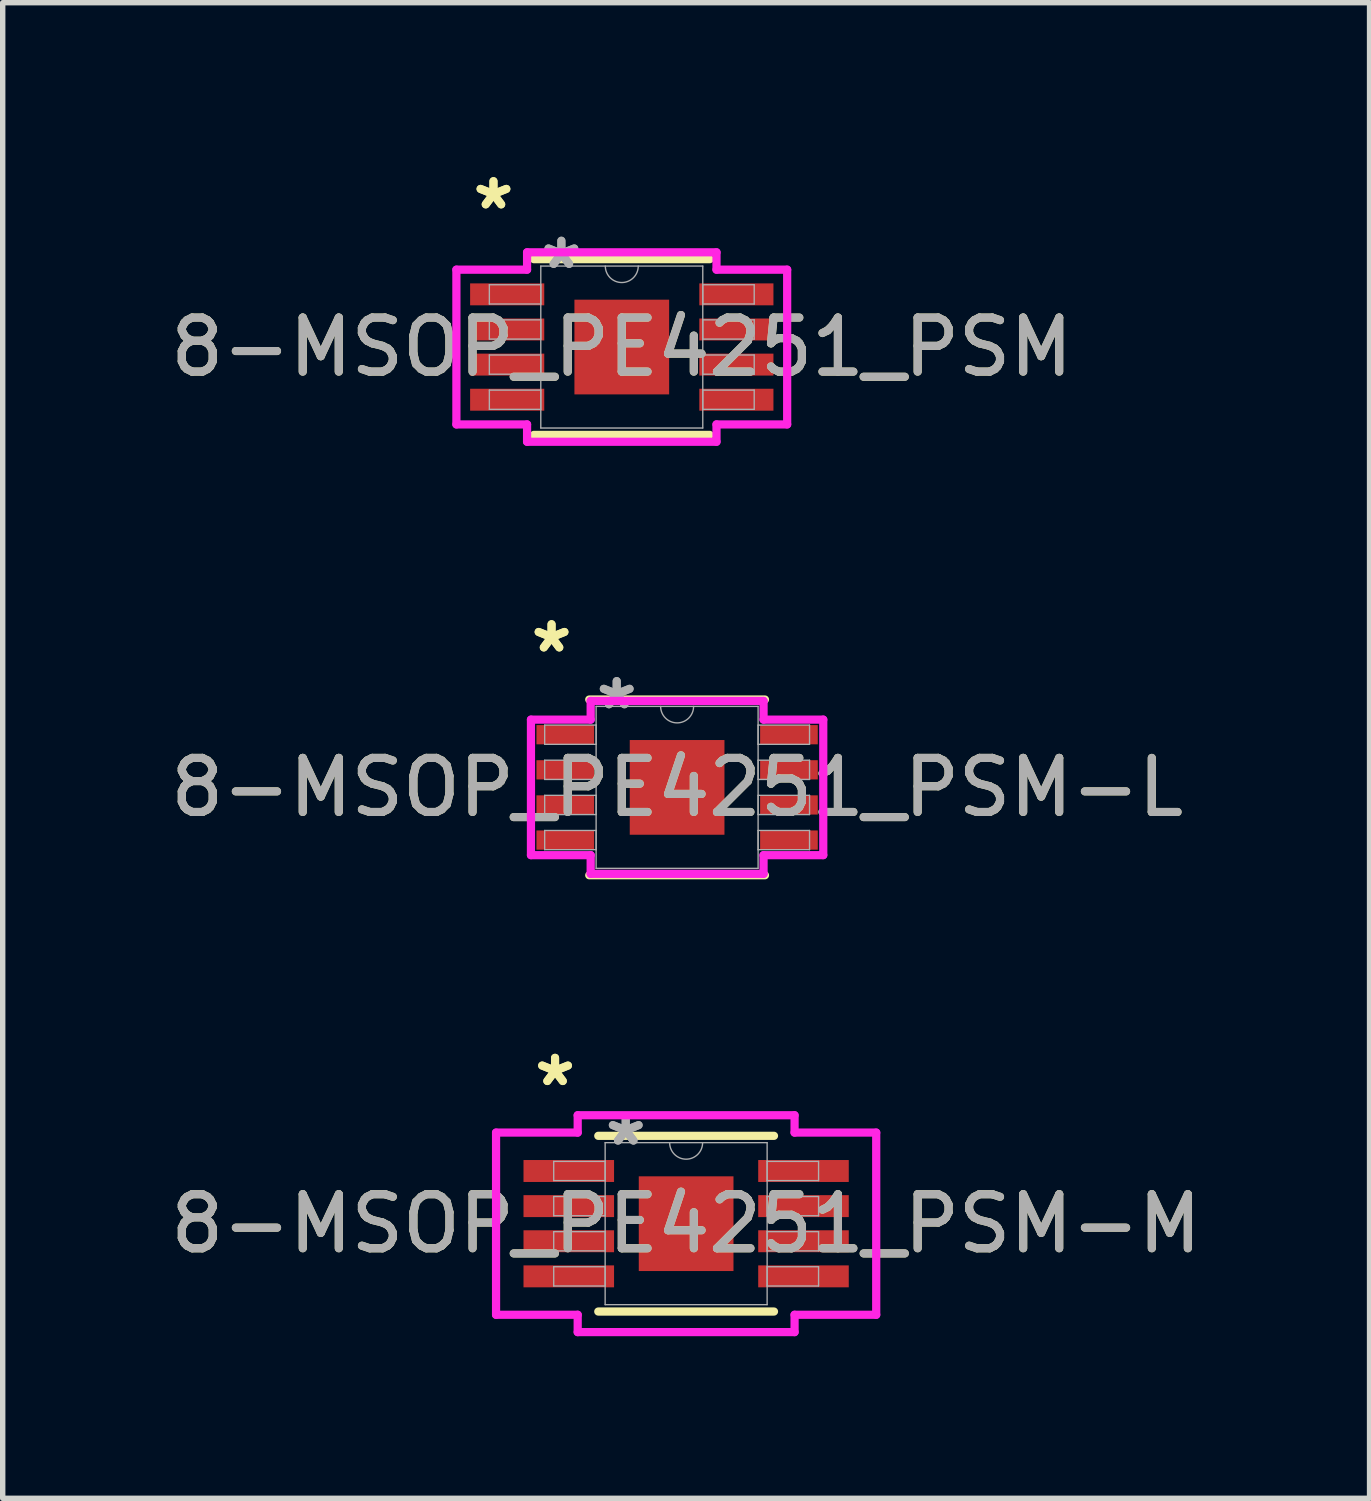
<source format=kicad_pcb>
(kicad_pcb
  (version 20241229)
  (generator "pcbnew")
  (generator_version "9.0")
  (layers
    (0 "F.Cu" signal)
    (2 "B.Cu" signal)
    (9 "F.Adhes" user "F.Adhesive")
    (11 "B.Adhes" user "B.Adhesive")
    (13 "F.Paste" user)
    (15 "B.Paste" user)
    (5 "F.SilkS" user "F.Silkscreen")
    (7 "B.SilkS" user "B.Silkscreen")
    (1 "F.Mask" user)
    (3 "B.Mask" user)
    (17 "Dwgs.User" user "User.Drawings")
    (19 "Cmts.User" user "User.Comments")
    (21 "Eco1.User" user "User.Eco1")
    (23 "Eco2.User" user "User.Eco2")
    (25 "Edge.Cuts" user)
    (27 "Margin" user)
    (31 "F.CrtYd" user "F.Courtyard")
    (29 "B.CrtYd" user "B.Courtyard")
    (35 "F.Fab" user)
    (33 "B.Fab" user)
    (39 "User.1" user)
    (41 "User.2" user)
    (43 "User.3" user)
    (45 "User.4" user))
  (footprint "8-MSOP_PE4251_PSM-L"
    (layer "F.Cu")
    (at 9.482 11.523)
    (property "Reference" "8-MSOP_PE4251_PSM-L" (at 0 0 0) (unlocked yes) (layer "F.SilkS") (effects (font (size 1 1) (thickness 0.15))))
    (attr smd)
    (fp_line (start -1.626 1.626) (end 1.626 1.626) (stroke (width 0.152) (type solid)) (layer "F.SilkS"))
    (fp_line (start 1.626 -1.626) (end -1.626 -1.626) (stroke (width 0.152) (type solid)) (layer "F.SilkS"))
    (fp_line (start -2.705 -1.254) (end -1.6 -1.254) (stroke (width 0.152) (type solid)) (layer "F.CrtYd"))
    (fp_line (start -2.705 1.254) (end -2.705 -1.254) (stroke (width 0.152) (type solid)) (layer "F.CrtYd"))
    (fp_line (start -2.705 1.254) (end -1.6 1.254) (stroke (width 0.152) (type solid)) (layer "F.CrtYd"))
    (fp_line (start -1.6 -1.6) (end 1.6 -1.6) (stroke (width 0.152) (type solid)) (layer "F.CrtYd"))
    (fp_line (start -1.6 -1.254) (end -1.6 -1.6) (stroke (width 0.152) (type solid)) (layer "F.CrtYd"))
    (fp_line (start -1.6 1.6) (end -1.6 1.254) (stroke (width 0.152) (type solid)) (layer "F.CrtYd"))
    (fp_line (start 1.6 -1.6) (end 1.6 -1.254) (stroke (width 0.152) (type solid)) (layer "F.CrtYd"))
    (fp_line (start 1.6 1.254) (end 1.6 1.6) (stroke (width 0.152) (type solid)) (layer "F.CrtYd"))
    (fp_line (start 1.6 1.6) (end -1.6 1.6) (stroke (width 0.152) (type solid)) (layer "F.CrtYd"))
    (fp_line (start 2.705 -1.254) (end 1.6 -1.254) (stroke (width 0.152) (type solid)) (layer "F.CrtYd"))
    (fp_line (start 2.705 -1.254) (end 2.705 1.254) (stroke (width 0.152) (type solid)) (layer "F.CrtYd"))
    (fp_line (start 2.705 1.254) (end 1.6 1.254) (stroke (width 0.152) (type solid)) (layer "F.CrtYd"))
    (fp_line (start -2.451 -1.153) (end -2.451 -0.797) (stroke (width 0.025) (type solid)) (layer "F.Fab"))
    (fp_line (start -2.451 -0.797) (end -1.499 -0.797) (stroke (width 0.025) (type solid)) (layer "F.Fab"))
    (fp_line (start -2.451 -0.503) (end -2.451 -0.147) (stroke (width 0.025) (type solid)) (layer "F.Fab"))
    (fp_line (start -2.451 -0.147) (end -1.499 -0.147) (stroke (width 0.025) (type solid)) (layer "F.Fab"))
    (fp_line (start -2.451 0.147) (end -2.451 0.503) (stroke (width 0.025) (type solid)) (layer "F.Fab"))
    (fp_line (start -2.451 0.503) (end -1.499 0.503) (stroke (width 0.025) (type solid)) (layer "F.Fab"))
    (fp_line (start -2.451 0.797) (end -2.451 1.153) (stroke (width 0.025) (type solid)) (layer "F.Fab"))
    (fp_line (start -2.451 1.153) (end -1.499 1.153) (stroke (width 0.025) (type solid)) (layer "F.Fab"))
    (fp_line (start -1.499 -1.499) (end -1.499 1.499) (stroke (width 0.025) (type solid)) (layer "F.Fab"))
    (fp_line (start -1.499 -1.153) (end -2.451 -1.153) (stroke (width 0.025) (type solid)) (layer "F.Fab"))
    (fp_line (start -1.499 -0.797) (end -1.499 -1.153) (stroke (width 0.025) (type solid)) (layer "F.Fab"))
    (fp_line (start -1.499 -0.503) (end -2.451 -0.503) (stroke (width 0.025) (type solid)) (layer "F.Fab"))
    (fp_line (start -1.499 -0.147) (end -1.499 -0.503) (stroke (width 0.025) (type solid)) (layer "F.Fab"))
    (fp_line (start -1.499 0.147) (end -2.451 0.147) (stroke (width 0.025) (type solid)) (layer "F.Fab"))
    (fp_line (start -1.499 0.503) (end -1.499 0.147) (stroke (width 0.025) (type solid)) (layer "F.Fab"))
    (fp_line (start -1.499 0.797) (end -2.451 0.797) (stroke (width 0.025) (type solid)) (layer "F.Fab"))
    (fp_line (start -1.499 1.153) (end -1.499 0.797) (stroke (width 0.025) (type solid)) (layer "F.Fab"))
    (fp_line (start -1.499 1.499) (end 1.499 1.499) (stroke (width 0.025) (type solid)) (layer "F.Fab"))
    (fp_line (start 1.499 -1.499) (end -1.499 -1.499) (stroke (width 0.025) (type solid)) (layer "F.Fab"))
    (fp_line (start 1.499 -1.153) (end 1.499 -0.797) (stroke (width 0.025) (type solid)) (layer "F.Fab"))
    (fp_line (start 1.499 -0.797) (end 2.451 -0.797) (stroke (width 0.025) (type solid)) (layer "F.Fab"))
    (fp_line (start 1.499 -0.503) (end 1.499 -0.147) (stroke (width 0.025) (type solid)) (layer "F.Fab"))
    (fp_line (start 1.499 -0.147) (end 2.451 -0.147) (stroke (width 0.025) (type solid)) (layer "F.Fab"))
    (fp_line (start 1.499 0.147) (end 1.499 0.503) (stroke (width 0.025) (type solid)) (layer "F.Fab"))
    (fp_line (start 1.499 0.503) (end 2.451 0.503) (stroke (width 0.025) (type solid)) (layer "F.Fab"))
    (fp_line (start 1.499 0.797) (end 1.499 1.153) (stroke (width 0.025) (type solid)) (layer "F.Fab"))
    (fp_line (start 1.499 1.153) (end 2.451 1.153) (stroke (width 0.025) (type solid)) (layer "F.Fab"))
    (fp_line (start 1.499 1.499) (end 1.499 -1.499) (stroke (width 0.025) (type solid)) (layer "F.Fab"))
    (fp_line (start 2.451 -1.153) (end 1.499 -1.153) (stroke (width 0.025) (type solid)) (layer "F.Fab"))
    (fp_line (start 2.451 -0.797) (end 2.451 -1.153) (stroke (width 0.025) (type solid)) (layer "F.Fab"))
    (fp_line (start 2.451 -0.503) (end 1.499 -0.503) (stroke (width 0.025) (type solid)) (layer "F.Fab"))
    (fp_line (start 2.451 -0.147) (end 2.451 -0.503) (stroke (width 0.025) (type solid)) (layer "F.Fab"))
    (fp_line (start 2.451 0.147) (end 1.499 0.147) (stroke (width 0.025) (type solid)) (layer "F.Fab"))
    (fp_line (start 2.451 0.503) (end 2.451 0.147) (stroke (width 0.025) (type solid)) (layer "F.Fab"))
    (fp_line (start 2.451 0.797) (end 1.499 0.797) (stroke (width 0.025) (type solid)) (layer "F.Fab"))
    (fp_line (start 2.451 1.153) (end 2.451 0.797) (stroke (width 0.025) (type solid)) (layer "F.Fab"))
    (fp_arc (start 0.3048 -1.4986) (mid 0 -1.1938) (end -0.3048 -1.4986) (stroke (width 0.0254) (type solid)) (layer "F.Fab"))
    (fp_text user "*" (at -2.324 -2.474 0) (unlocked yes) (layer "F.SilkS") (effects (font (size 1 1) (thickness 0.15))))
    (fp_text user "*" (at -2.324 -2.474 0) (layer "F.SilkS") (effects (font (size 1 1) (thickness 0.15))))
    (fp_text user "*" (at -1.118 -1.422 0) (layer "F.Fab") (effects (font (size 1 1) (thickness 0.15))))
    (fp_text user "${REFERENCE}" (at 0 0 0) (unlocked yes) (layer "F.Fab") (effects (font (size 1 1) (thickness 0.15))))
    (fp_text user "*" (at -1.118 -1.422 0) (unlocked yes) (layer "F.Fab") (effects (font (size 1 1) (thickness 0.15))))
    (pad "1" smd rect (at -2.07 -0.975) (size 1.067 0.356) (layers "F.Cu" "F.Mask" "F.Paste"))
    (pad "2" smd rect (at -2.07 -0.325) (size 1.067 0.356) (layers "F.Cu" "F.Mask" "F.Paste"))
    (pad "3" smd rect (at -2.07 0.325) (size 1.067 0.356) (layers "F.Cu" "F.Mask" "F.Paste"))
    (pad "4" smd rect (at -2.07 0.975) (size 1.067 0.356) (layers "F.Cu" "F.Mask" "F.Paste"))
    (pad "5" smd rect (at 2.07 0.975) (size 1.067 0.356) (layers "F.Cu" "F.Mask" "F.Paste"))
    (pad "6" smd rect (at 2.07 0.325) (size 1.067 0.356) (layers "F.Cu" "F.Mask" "F.Paste"))
    (pad "7" smd rect (at 2.07 -0.325) (size 1.067 0.356) (layers "F.Cu" "F.Mask" "F.Paste"))
    (pad "8" smd rect (at 2.07 -0.975) (size 1.067 0.356) (layers "F.Cu" "F.Mask" "F.Paste"))
    (pad "9" smd rect (at 0 0) (size 1.753 1.753) (layers "F.Cu" "F.Mask" "F.Paste")))
  (footprint "8-MSOP_PE4251_PSM"
    (layer "F.Cu")
    (at 8.458 3.373)
    (property "Reference" "8-MSOP_PE4251_PSM" (at 0 0 0) (unlocked yes) (layer "F.SilkS") (effects (font (size 1 1) (thickness 0.15))))
    (attr smd)
    (fp_line (start -1.626 1.626) (end 1.626 1.626) (stroke (width 0.152) (type solid)) (layer "F.SilkS"))
    (fp_line (start 1.626 -1.626) (end -1.626 -1.626) (stroke (width 0.152) (type solid)) (layer "F.SilkS"))
    (fp_line (start -3.061 -1.432) (end -1.753 -1.432) (stroke (width 0.152) (type solid)) (layer "F.CrtYd"))
    (fp_line (start -3.061 1.432) (end -3.061 -1.432) (stroke (width 0.152) (type solid)) (layer "F.CrtYd"))
    (fp_line (start -3.061 1.432) (end -1.753 1.432) (stroke (width 0.152) (type solid)) (layer "F.CrtYd"))
    (fp_line (start -1.753 -1.753) (end 1.753 -1.753) (stroke (width 0.152) (type solid)) (layer "F.CrtYd"))
    (fp_line (start -1.753 -1.432) (end -1.753 -1.753) (stroke (width 0.152) (type solid)) (layer "F.CrtYd"))
    (fp_line (start -1.753 1.753) (end -1.753 1.432) (stroke (width 0.152) (type solid)) (layer "F.CrtYd"))
    (fp_line (start 1.753 -1.753) (end 1.753 -1.432) (stroke (width 0.152) (type solid)) (layer "F.CrtYd"))
    (fp_line (start 1.753 1.432) (end 1.753 1.753) (stroke (width 0.152) (type solid)) (layer "F.CrtYd"))
    (fp_line (start 1.753 1.753) (end -1.753 1.753) (stroke (width 0.152) (type solid)) (layer "F.CrtYd"))
    (fp_line (start 3.061 -1.432) (end 1.753 -1.432) (stroke (width 0.152) (type solid)) (layer "F.CrtYd"))
    (fp_line (start 3.061 -1.432) (end 3.061 1.432) (stroke (width 0.152) (type solid)) (layer "F.CrtYd"))
    (fp_line (start 3.061 1.432) (end 1.753 1.432) (stroke (width 0.152) (type solid)) (layer "F.CrtYd"))
    (fp_line (start -2.451 -1.153) (end -2.451 -0.797) (stroke (width 0.025) (type solid)) (layer "F.Fab"))
    (fp_line (start -2.451 -0.797) (end -1.499 -0.797) (stroke (width 0.025) (type solid)) (layer "F.Fab"))
    (fp_line (start -2.451 -0.503) (end -2.451 -0.147) (stroke (width 0.025) (type solid)) (layer "F.Fab"))
    (fp_line (start -2.451 -0.147) (end -1.499 -0.147) (stroke (width 0.025) (type solid)) (layer "F.Fab"))
    (fp_line (start -2.451 0.147) (end -2.451 0.503) (stroke (width 0.025) (type solid)) (layer "F.Fab"))
    (fp_line (start -2.451 0.503) (end -1.499 0.503) (stroke (width 0.025) (type solid)) (layer "F.Fab"))
    (fp_line (start -2.451 0.797) (end -2.451 1.153) (stroke (width 0.025) (type solid)) (layer "F.Fab"))
    (fp_line (start -2.451 1.153) (end -1.499 1.153) (stroke (width 0.025) (type solid)) (layer "F.Fab"))
    (fp_line (start -1.499 -1.499) (end -1.499 1.499) (stroke (width 0.025) (type solid)) (layer "F.Fab"))
    (fp_line (start -1.499 -1.153) (end -2.451 -1.153) (stroke (width 0.025) (type solid)) (layer "F.Fab"))
    (fp_line (start -1.499 -0.797) (end -1.499 -1.153) (stroke (width 0.025) (type solid)) (layer "F.Fab"))
    (fp_line (start -1.499 -0.503) (end -2.451 -0.503) (stroke (width 0.025) (type solid)) (layer "F.Fab"))
    (fp_line (start -1.499 -0.147) (end -1.499 -0.503) (stroke (width 0.025) (type solid)) (layer "F.Fab"))
    (fp_line (start -1.499 0.147) (end -2.451 0.147) (stroke (width 0.025) (type solid)) (layer "F.Fab"))
    (fp_line (start -1.499 0.503) (end -1.499 0.147) (stroke (width 0.025) (type solid)) (layer "F.Fab"))
    (fp_line (start -1.499 0.797) (end -2.451 0.797) (stroke (width 0.025) (type solid)) (layer "F.Fab"))
    (fp_line (start -1.499 1.153) (end -1.499 0.797) (stroke (width 0.025) (type solid)) (layer "F.Fab"))
    (fp_line (start -1.499 1.499) (end 1.499 1.499) (stroke (width 0.025) (type solid)) (layer "F.Fab"))
    (fp_line (start 1.499 -1.499) (end -1.499 -1.499) (stroke (width 0.025) (type solid)) (layer "F.Fab"))
    (fp_line (start 1.499 -1.153) (end 1.499 -0.797) (stroke (width 0.025) (type solid)) (layer "F.Fab"))
    (fp_line (start 1.499 -0.797) (end 2.451 -0.797) (stroke (width 0.025) (type solid)) (layer "F.Fab"))
    (fp_line (start 1.499 -0.503) (end 1.499 -0.147) (stroke (width 0.025) (type solid)) (layer "F.Fab"))
    (fp_line (start 1.499 -0.147) (end 2.451 -0.147) (stroke (width 0.025) (type solid)) (layer "F.Fab"))
    (fp_line (start 1.499 0.147) (end 1.499 0.503) (stroke (width 0.025) (type solid)) (layer "F.Fab"))
    (fp_line (start 1.499 0.503) (end 2.451 0.503) (stroke (width 0.025) (type solid)) (layer "F.Fab"))
    (fp_line (start 1.499 0.797) (end 1.499 1.153) (stroke (width 0.025) (type solid)) (layer "F.Fab"))
    (fp_line (start 1.499 1.153) (end 2.451 1.153) (stroke (width 0.025) (type solid)) (layer "F.Fab"))
    (fp_line (start 1.499 1.499) (end 1.499 -1.499) (stroke (width 0.025) (type solid)) (layer "F.Fab"))
    (fp_line (start 2.451 -1.153) (end 1.499 -1.153) (stroke (width 0.025) (type solid)) (layer "F.Fab"))
    (fp_line (start 2.451 -0.797) (end 2.451 -1.153) (stroke (width 0.025) (type solid)) (layer "F.Fab"))
    (fp_line (start 2.451 -0.503) (end 1.499 -0.503) (stroke (width 0.025) (type solid)) (layer "F.Fab"))
    (fp_line (start 2.451 -0.147) (end 2.451 -0.503) (stroke (width 0.025) (type solid)) (layer "F.Fab"))
    (fp_line (start 2.451 0.147) (end 1.499 0.147) (stroke (width 0.025) (type solid)) (layer "F.Fab"))
    (fp_line (start 2.451 0.503) (end 2.451 0.147) (stroke (width 0.025) (type solid)) (layer "F.Fab"))
    (fp_line (start 2.451 0.797) (end 1.499 0.797) (stroke (width 0.025) (type solid)) (layer "F.Fab"))
    (fp_line (start 2.451 1.153) (end 2.451 0.797) (stroke (width 0.025) (type solid)) (layer "F.Fab"))
    (fp_arc (start 0.3048 -1.4986) (mid 0 -1.1938) (end -0.3048 -1.4986) (stroke (width 0.0254) (type solid)) (layer "F.Fab"))
    (fp_text user "*" (at -2.375 -2.524 0) (layer "F.SilkS") (effects (font (size 1 1) (thickness 0.15))))
    (fp_text user "*" (at -2.375 -2.524 0) (unlocked yes) (layer "F.SilkS") (effects (font (size 1 1) (thickness 0.15))))
    (fp_text user "*" (at -1.118 -1.422 0) (unlocked yes) (layer "F.Fab") (effects (font (size 1 1) (thickness 0.15))))
    (fp_text user "${REFERENCE}" (at 0 0 0) (unlocked yes) (layer "F.Fab") (effects (font (size 1 1) (thickness 0.15))))
    (fp_text user "*" (at -1.118 -1.422 0) (layer "F.Fab") (effects (font (size 1 1) (thickness 0.15))))
    (pad "1" smd rect (at -2.121 -0.975) (size 1.372 0.406) (layers "F.Cu" "F.Mask" "F.Paste"))
    (pad "2" smd rect (at -2.121 -0.325) (size 1.372 0.406) (layers "F.Cu" "F.Mask" "F.Paste"))
    (pad "3" smd rect (at -2.121 0.325) (size 1.372 0.406) (layers "F.Cu" "F.Mask" "F.Paste"))
    (pad "4" smd rect (at -2.121 0.975) (size 1.372 0.406) (layers "F.Cu" "F.Mask" "F.Paste"))
    (pad "5" smd rect (at 2.121 0.975) (size 1.372 0.406) (layers "F.Cu" "F.Mask" "F.Paste"))
    (pad "6" smd rect (at 2.121 0.325) (size 1.372 0.406) (layers "F.Cu" "F.Mask" "F.Paste"))
    (pad "7" smd rect (at 2.121 -0.325) (size 1.372 0.406) (layers "F.Cu" "F.Mask" "F.Paste"))
    (pad "8" smd rect (at 2.121 -0.975) (size 1.372 0.406) (layers "F.Cu" "F.Mask" "F.Paste"))
    (pad "9" smd rect (at 0 0) (size 1.753 1.753) (layers "F.Cu" "F.Mask" "F.Paste")))
  (footprint "8-MSOP_PE4251_PSM-M"
    (layer "F.Cu")
    (at 9.649 19.598)
    (property "Reference" "8-MSOP_PE4251_PSM-M" (at 0 0 0) (unlocked yes) (layer "F.SilkS") (effects (font (size 1 1) (thickness 0.15))))
    (attr smd)
    (fp_line (start -1.626 1.626) (end 1.626 1.626) (stroke (width 0.152) (type solid)) (layer "F.SilkS"))
    (fp_line (start 1.626 -1.626) (end -1.626 -1.626) (stroke (width 0.152) (type solid)) (layer "F.SilkS"))
    (fp_line (start -3.518 -1.686) (end -2.007 -1.686) (stroke (width 0.152) (type solid)) (layer "F.CrtYd"))
    (fp_line (start -3.518 1.686) (end -3.518 -1.686) (stroke (width 0.152) (type solid)) (layer "F.CrtYd"))
    (fp_line (start -3.518 1.686) (end -2.007 1.686) (stroke (width 0.152) (type solid)) (layer "F.CrtYd"))
    (fp_line (start -2.007 -2.007) (end 2.007 -2.007) (stroke (width 0.152) (type solid)) (layer "F.CrtYd"))
    (fp_line (start -2.007 -1.686) (end -2.007 -2.007) (stroke (width 0.152) (type solid)) (layer "F.CrtYd"))
    (fp_line (start -2.007 2.007) (end -2.007 1.686) (stroke (width 0.152) (type solid)) (layer "F.CrtYd"))
    (fp_line (start 2.007 -2.007) (end 2.007 -1.686) (stroke (width 0.152) (type solid)) (layer "F.CrtYd"))
    (fp_line (start 2.007 1.686) (end 2.007 2.007) (stroke (width 0.152) (type solid)) (layer "F.CrtYd"))
    (fp_line (start 2.007 2.007) (end -2.007 2.007) (stroke (width 0.152) (type solid)) (layer "F.CrtYd"))
    (fp_line (start 3.518 -1.686) (end 2.007 -1.686) (stroke (width 0.152) (type solid)) (layer "F.CrtYd"))
    (fp_line (start 3.518 -1.686) (end 3.518 1.686) (stroke (width 0.152) (type solid)) (layer "F.CrtYd"))
    (fp_line (start 3.518 1.686) (end 2.007 1.686) (stroke (width 0.152) (type solid)) (layer "F.CrtYd"))
    (fp_line (start -2.451 -1.153) (end -2.451 -0.797) (stroke (width 0.025) (type solid)) (layer "F.Fab"))
    (fp_line (start -2.451 -0.797) (end -1.499 -0.797) (stroke (width 0.025) (type solid)) (layer "F.Fab"))
    (fp_line (start -2.451 -0.503) (end -2.451 -0.147) (stroke (width 0.025) (type solid)) (layer "F.Fab"))
    (fp_line (start -2.451 -0.147) (end -1.499 -0.147) (stroke (width 0.025) (type solid)) (layer "F.Fab"))
    (fp_line (start -2.451 0.147) (end -2.451 0.503) (stroke (width 0.025) (type solid)) (layer "F.Fab"))
    (fp_line (start -2.451 0.503) (end -1.499 0.503) (stroke (width 0.025) (type solid)) (layer "F.Fab"))
    (fp_line (start -2.451 0.797) (end -2.451 1.153) (stroke (width 0.025) (type solid)) (layer "F.Fab"))
    (fp_line (start -2.451 1.153) (end -1.499 1.153) (stroke (width 0.025) (type solid)) (layer "F.Fab"))
    (fp_line (start -1.499 -1.499) (end -1.499 1.499) (stroke (width 0.025) (type solid)) (layer "F.Fab"))
    (fp_line (start -1.499 -1.153) (end -2.451 -1.153) (stroke (width 0.025) (type solid)) (layer "F.Fab"))
    (fp_line (start -1.499 -0.797) (end -1.499 -1.153) (stroke (width 0.025) (type solid)) (layer "F.Fab"))
    (fp_line (start -1.499 -0.503) (end -2.451 -0.503) (stroke (width 0.025) (type solid)) (layer "F.Fab"))
    (fp_line (start -1.499 -0.147) (end -1.499 -0.503) (stroke (width 0.025) (type solid)) (layer "F.Fab"))
    (fp_line (start -1.499 0.147) (end -2.451 0.147) (stroke (width 0.025) (type solid)) (layer "F.Fab"))
    (fp_line (start -1.499 0.503) (end -1.499 0.147) (stroke (width 0.025) (type solid)) (layer "F.Fab"))
    (fp_line (start -1.499 0.797) (end -2.451 0.797) (stroke (width 0.025) (type solid)) (layer "F.Fab"))
    (fp_line (start -1.499 1.153) (end -1.499 0.797) (stroke (width 0.025) (type solid)) (layer "F.Fab"))
    (fp_line (start -1.499 1.499) (end 1.499 1.499) (stroke (width 0.025) (type solid)) (layer "F.Fab"))
    (fp_line (start 1.499 -1.499) (end -1.499 -1.499) (stroke (width 0.025) (type solid)) (layer "F.Fab"))
    (fp_line (start 1.499 -1.153) (end 1.499 -0.797) (stroke (width 0.025) (type solid)) (layer "F.Fab"))
    (fp_line (start 1.499 -0.797) (end 2.451 -0.797) (stroke (width 0.025) (type solid)) (layer "F.Fab"))
    (fp_line (start 1.499 -0.503) (end 1.499 -0.147) (stroke (width 0.025) (type solid)) (layer "F.Fab"))
    (fp_line (start 1.499 -0.147) (end 2.451 -0.147) (stroke (width 0.025) (type solid)) (layer "F.Fab"))
    (fp_line (start 1.499 0.147) (end 1.499 0.503) (stroke (width 0.025) (type solid)) (layer "F.Fab"))
    (fp_line (start 1.499 0.503) (end 2.451 0.503) (stroke (width 0.025) (type solid)) (layer "F.Fab"))
    (fp_line (start 1.499 0.797) (end 1.499 1.153) (stroke (width 0.025) (type solid)) (layer "F.Fab"))
    (fp_line (start 1.499 1.153) (end 2.451 1.153) (stroke (width 0.025) (type solid)) (layer "F.Fab"))
    (fp_line (start 1.499 1.499) (end 1.499 -1.499) (stroke (width 0.025) (type solid)) (layer "F.Fab"))
    (fp_line (start 2.451 -1.153) (end 1.499 -1.153) (stroke (width 0.025) (type solid)) (layer "F.Fab"))
    (fp_line (start 2.451 -0.797) (end 2.451 -1.153) (stroke (width 0.025) (type solid)) (layer "F.Fab"))
    (fp_line (start 2.451 -0.503) (end 1.499 -0.503) (stroke (width 0.025) (type solid)) (layer "F.Fab"))
    (fp_line (start 2.451 -0.147) (end 2.451 -0.503) (stroke (width 0.025) (type solid)) (layer "F.Fab"))
    (fp_line (start 2.451 0.147) (end 1.499 0.147) (stroke (width 0.025) (type solid)) (layer "F.Fab"))
    (fp_line (start 2.451 0.503) (end 2.451 0.147) (stroke (width 0.025) (type solid)) (layer "F.Fab"))
    (fp_line (start 2.451 0.797) (end 1.499 0.797) (stroke (width 0.025) (type solid)) (layer "F.Fab"))
    (fp_line (start 2.451 1.153) (end 2.451 0.797) (stroke (width 0.025) (type solid)) (layer "F.Fab"))
    (fp_arc (start 0.3048 -1.4986) (mid 0 -1.1938) (end -0.3048 -1.4986) (stroke (width 0.0254) (type solid)) (layer "F.Fab"))
    (fp_text user "*" (at -2.426 -2.524 0) (layer "F.SilkS") (effects (font (size 1 1) (thickness 0.15))))
    (fp_text user "*" (at -2.426 -2.524 0) (unlocked yes) (layer "F.SilkS") (effects (font (size 1 1) (thickness 0.15))))
    (fp_text user "*" (at -1.118 -1.422 0) (unlocked yes) (layer "F.Fab") (effects (font (size 1 1) (thickness 0.15))))
    (fp_text user "${REFERENCE}" (at 0 0 0) (unlocked yes) (layer "F.Fab") (effects (font (size 1 1) (thickness 0.15))))
    (fp_text user "*" (at -1.118 -1.422 0) (layer "F.Fab") (effects (font (size 1 1) (thickness 0.15))))
    (pad "1" smd rect (at -2.172 -0.975) (size 1.676 0.406) (layers "F.Cu" "F.Mask" "F.Paste"))
    (pad "2" smd rect (at -2.172 -0.325) (size 1.676 0.406) (layers "F.Cu" "F.Mask" "F.Paste"))
    (pad "3" smd rect (at -2.172 0.325) (size 1.676 0.406) (layers "F.Cu" "F.Mask" "F.Paste"))
    (pad "4" smd rect (at -2.172 0.975) (size 1.676 0.406) (layers "F.Cu" "F.Mask" "F.Paste"))
    (pad "5" smd rect (at 2.172 0.975) (size 1.676 0.406) (layers "F.Cu" "F.Mask" "F.Paste"))
    (pad "6" smd rect (at 2.172 0.325) (size 1.676 0.406) (layers "F.Cu" "F.Mask" "F.Paste"))
    (pad "7" smd rect (at 2.172 -0.325) (size 1.676 0.406) (layers "F.Cu" "F.Mask" "F.Paste"))
    (pad "8" smd rect (at 2.172 -0.975) (size 1.676 0.406) (layers "F.Cu" "F.Mask" "F.Paste"))
    (pad "9" smd rect (at 0 0) (size 1.753 1.753) (layers "F.Cu" "F.Mask" "F.Paste")))
  (gr_rect
    (start -3 -3)
    (end 22.298 24.681)
    (stroke (width 0.1) (type default))
    (fill no)
    (layer "Edge.Cuts")))
</source>
